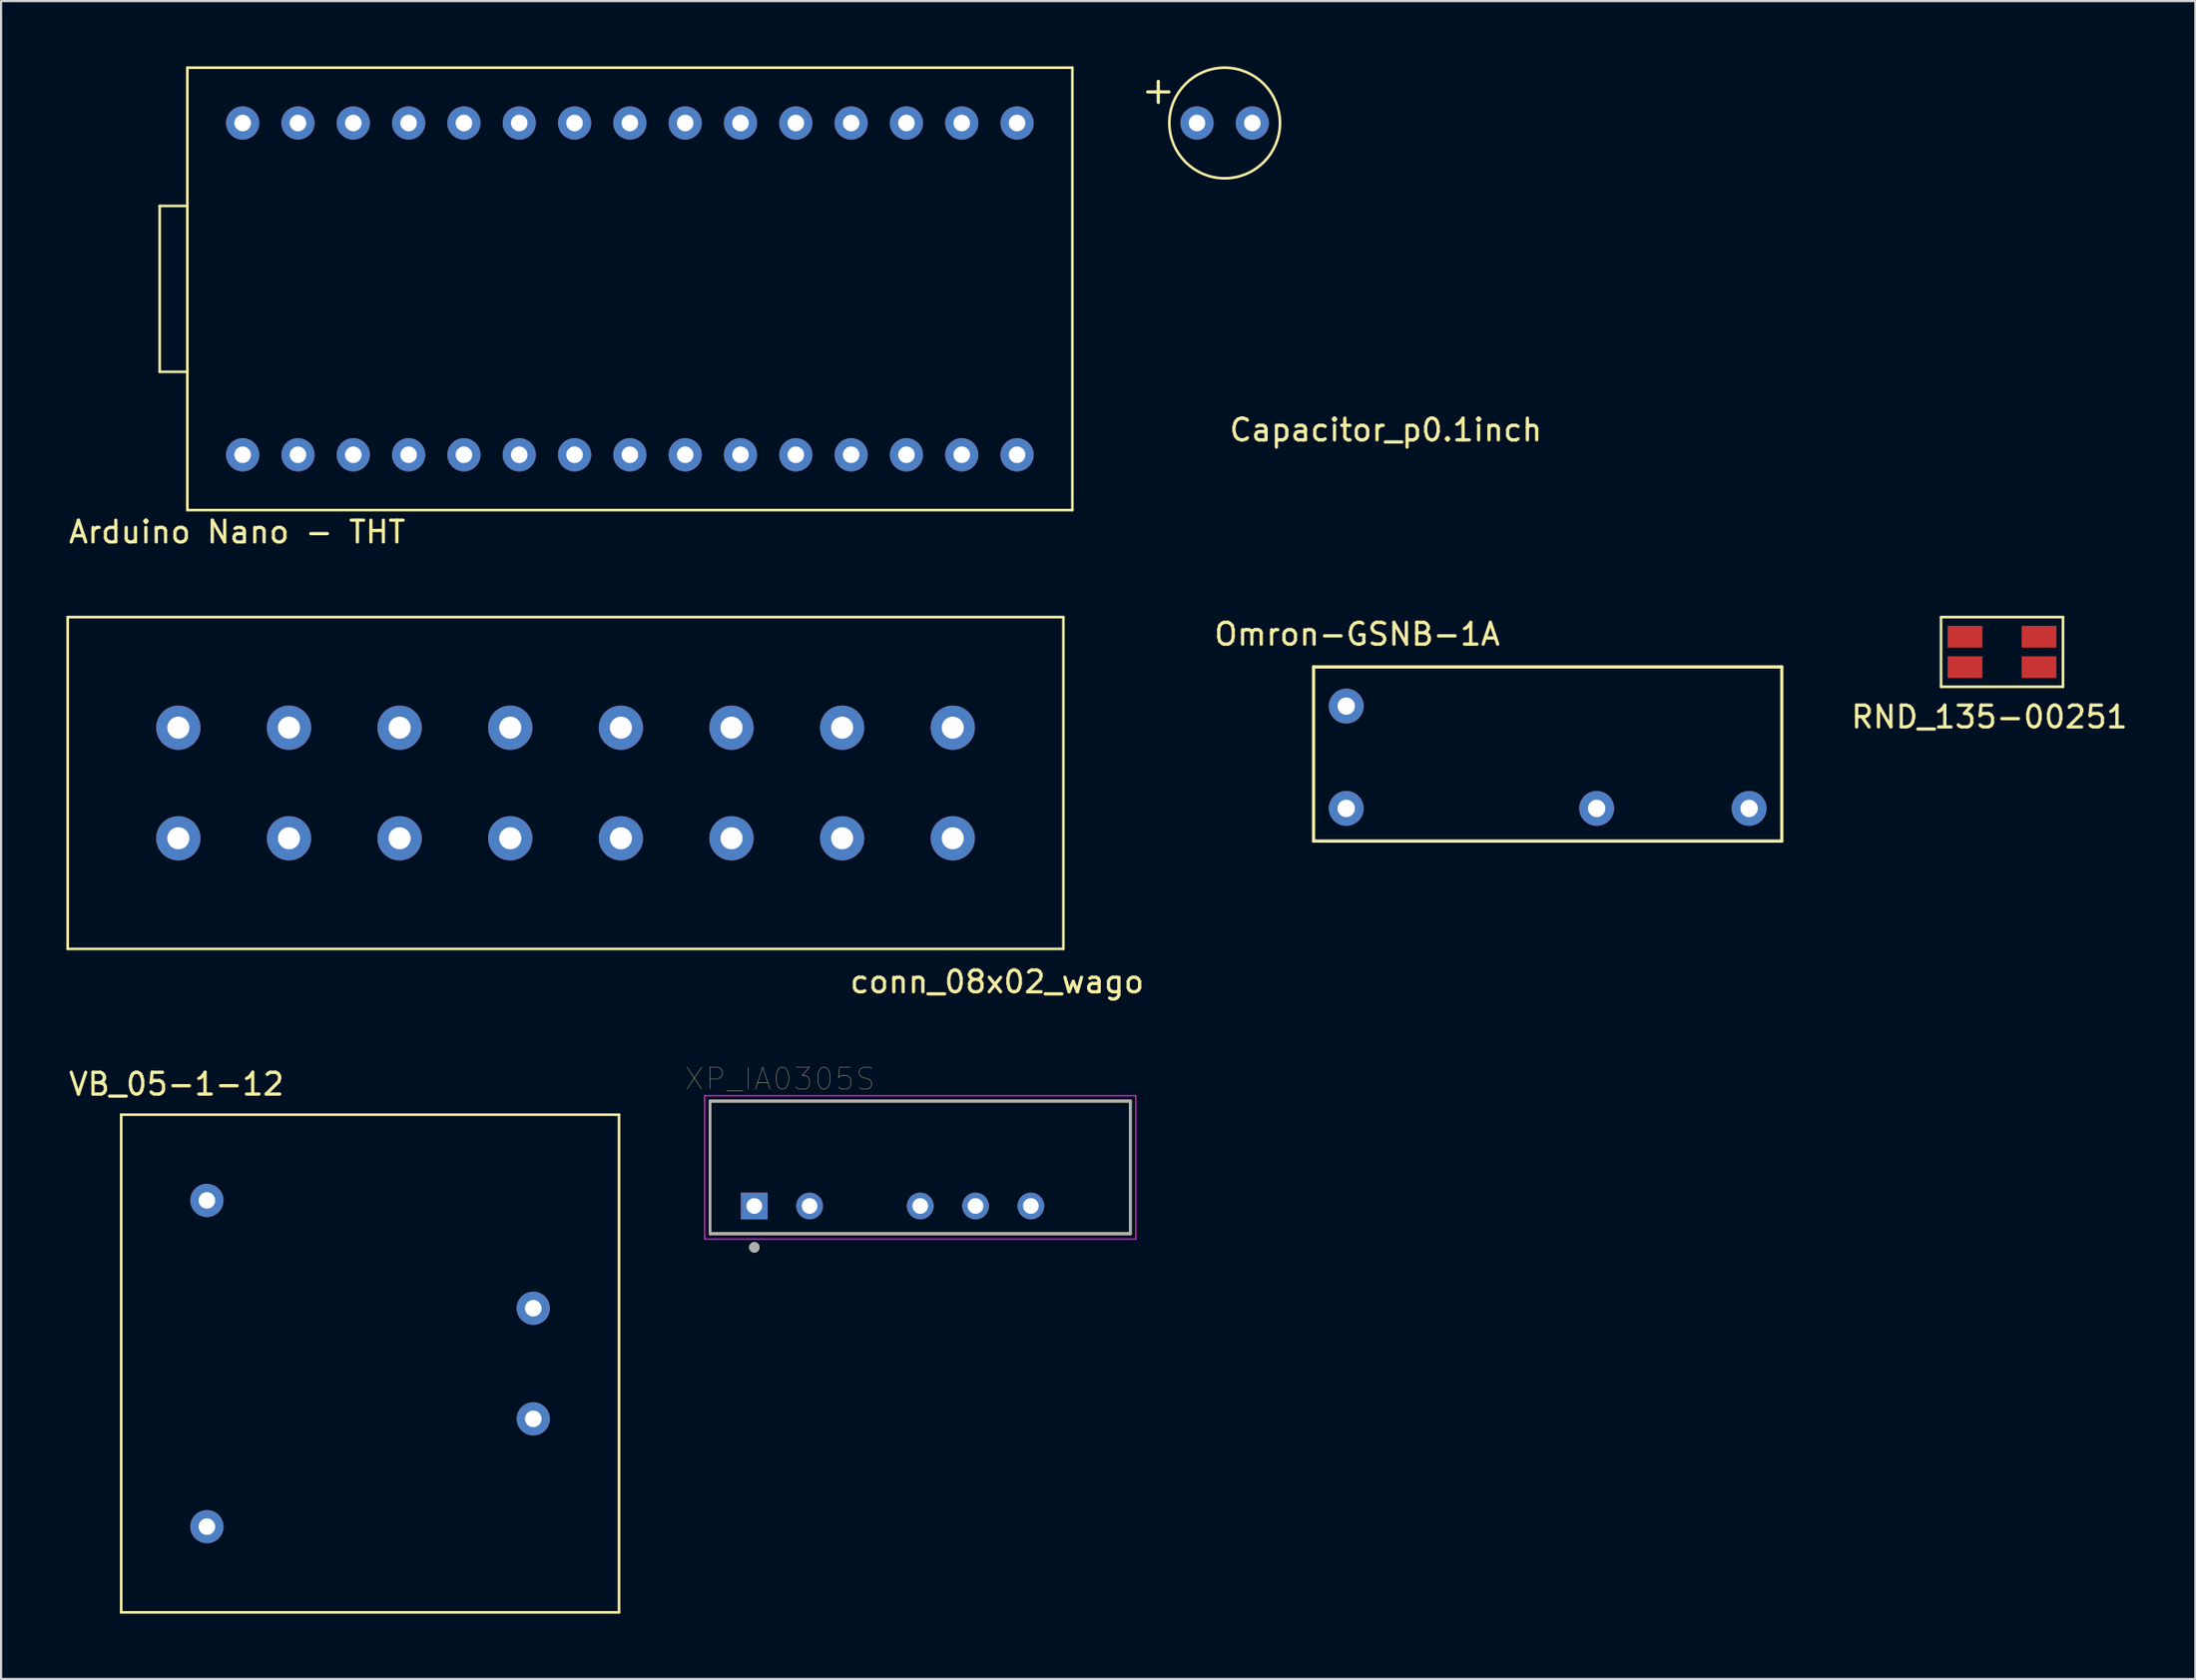
<source format=kicad_pcb>
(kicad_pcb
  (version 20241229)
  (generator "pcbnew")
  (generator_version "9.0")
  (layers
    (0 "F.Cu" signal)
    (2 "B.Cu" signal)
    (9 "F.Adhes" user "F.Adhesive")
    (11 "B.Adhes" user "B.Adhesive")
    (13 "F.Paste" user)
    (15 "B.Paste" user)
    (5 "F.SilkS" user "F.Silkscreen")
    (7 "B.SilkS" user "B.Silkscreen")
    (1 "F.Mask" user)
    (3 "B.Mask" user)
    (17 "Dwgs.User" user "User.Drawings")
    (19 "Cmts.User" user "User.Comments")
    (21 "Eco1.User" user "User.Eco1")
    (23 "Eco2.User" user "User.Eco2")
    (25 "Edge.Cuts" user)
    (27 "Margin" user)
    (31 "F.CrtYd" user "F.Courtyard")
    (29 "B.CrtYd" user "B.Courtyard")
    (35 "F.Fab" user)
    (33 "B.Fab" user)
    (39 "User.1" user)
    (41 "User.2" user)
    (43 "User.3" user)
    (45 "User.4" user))
  (footprint "VB_05-1-12"
    (layer "F.Cu")
    (at 13.944 59.584)
    (property "Reference" "VB_05-1-12" (at -8.89 -12.835 0) (layer "F.SilkS") (effects (font (size 1 1) (thickness 0.15))))
    (attr through_hole)
    (fp_line (start -11.43 -11.43) (end -11.43 11.43) (stroke (width 0.12) (type solid)) (layer "F.SilkS"))
    (fp_line (start -11.43 11.43) (end 11.43 11.43) (stroke (width 0.12) (type solid)) (layer "F.SilkS"))
    (fp_line (start 11.43 -11.43) (end -11.43 -11.43) (stroke (width 0.12) (type solid)) (layer "F.SilkS"))
    (fp_line (start 11.43 11.43) (end 11.43 -11.43) (stroke (width 0.12) (type solid)) (layer "F.SilkS"))
    (pad "1" thru_hole circle (at -7.493 -7.493) (size 1.524 1.524) (drill 0.762) (layers "*.Cu" "*.Mask"))
    (pad "2" thru_hole circle (at -7.493 7.493) (size 1.524 1.524) (drill 0.762) (layers "*.Cu" "*.Mask"))
    (pad "3" thru_hole circle (at 7.493 -2.54) (size 1.524 1.524) (drill 0.762) (layers "*.Cu" "*.Mask"))
    (pad "4" thru_hole circle (at 7.493 2.54) (size 1.524 1.524) (drill 0.762) (layers "*.Cu" "*.Mask")))
  (footprint "Capacitor_p0.1inch"
    (layer "F.Cu")
    (at 53.185 2.6)
    (property "Reference" "Capacitor_p0.1inch" (at 7.4 14.1 0) (layer "F.SilkS") (effects (font (size 1 1) (thickness 0.15))))
    (attr through_hole)
    (fp_circle (center 0 0) (end 2.54 0) (stroke (width 0.12) (type solid)) (fill no) (layer "F.SilkS"))
    (fp_text user "+" (at -3.048 -1.524 0) (layer "F.SilkS") (effects (font (size 1.27 1.27) (thickness 0.15))))
    (pad "1" thru_hole circle (at -1.27 0) (size 1.524 1.524) (drill 0.762) (layers "*.Cu" "*.Mask"))
    (pad "2" thru_hole circle (at 1.27 0) (size 1.524 1.524) (drill 0.762) (layers "*.Cu" "*.Mask")))
  (footprint "Omron-GSNB-1A"
    (layer "F.Cu")
    (at 58.768 34.084)
    (property "Reference" "Omron-GSNB-1A" (at 0.5 -8 0) (layer "F.SilkS") (effects (font (size 1 1) (thickness 0.15))))
    (attr through_hole)
    (fp_line (start -1.5 1.5) (end -1.5 -6.5) (stroke (width 0.15) (type solid)) (layer "F.SilkS"))
    (fp_line (start -1.5 1.5) (end 20 1.5) (stroke (width 0.15) (type solid)) (layer "F.SilkS"))
    (fp_line (start 20 -6.5) (end -1.5 -6.5) (stroke (width 0.15) (type solid)) (layer "F.SilkS"))
    (fp_line (start 20 1.5) (end 20 -6.5) (stroke (width 0.15) (type solid)) (layer "F.SilkS"))
    (pad "1" thru_hole circle (at 0 0) (size 1.6 1.6) (drill 0.8) (layers "*.Cu" "*.Mask"))
    (pad "2" thru_hole circle (at 11.5 0) (size 1.6 1.6) (drill 0.8) (layers "*.Cu" "*.Mask"))
    (pad "3" thru_hole circle (at 18.5 0) (size 1.6 1.6) (drill 0.8) (layers "*.Cu" "*.Mask"))
    (pad "4" thru_hole circle (at 0 -4.7) (size 1.6 1.6) (drill 0.8) (layers "*.Cu" "*.Mask")))
  (footprint "XP_IA0305S"
    (layer "F.Cu")
    (at 31.586 52.347)
    (property "Reference" "XP_IA0305S" (at 1.175 -5.835 0) (layer "F.SilkS") (effects (font (size 1 1) (thickness 0.015))))
    (attr through_hole)
    (fp_line (start -2.03 -4.817) (end 17.27 -4.817) (stroke (width 0.127) (type solid)) (layer "F.SilkS"))
    (fp_line (start -2.03 1.273) (end -2.03 -4.817) (stroke (width 0.127) (type solid)) (layer "F.SilkS"))
    (fp_line (start 17.27 -4.817) (end 17.27 1.273) (stroke (width 0.127) (type solid)) (layer "F.SilkS"))
    (fp_line (start 17.27 1.273) (end -2.03 1.273) (stroke (width 0.127) (type solid)) (layer "F.SilkS"))
    (fp_circle (center 0 1.9) (end 0.12 1.9) (stroke (width 0.24) (type solid)) (fill no) (layer "F.SilkS"))
    (fp_line (start -2.28 -5.067) (end 17.52 -5.067) (stroke (width 0.05) (type solid)) (layer "F.CrtYd"))
    (fp_line (start -2.28 1.523) (end -2.28 -5.067) (stroke (width 0.05) (type solid)) (layer "F.CrtYd"))
    (fp_line (start 17.52 -5.067) (end 17.52 1.523) (stroke (width 0.05) (type solid)) (layer "F.CrtYd"))
    (fp_line (start 17.52 1.523) (end -2.28 1.523) (stroke (width 0.05) (type solid)) (layer "F.CrtYd"))
    (fp_line (start -2.03 -4.817) (end 17.27 -4.817) (stroke (width 0.127) (type solid)) (layer "F.Fab"))
    (fp_line (start -2.03 1.273) (end -2.03 -4.817) (stroke (width 0.127) (type solid)) (layer "F.Fab"))
    (fp_line (start 17.27 -4.817) (end 17.27 1.273) (stroke (width 0.127) (type solid)) (layer "F.Fab"))
    (fp_line (start 17.27 1.273) (end -2.03 1.273) (stroke (width 0.127) (type solid)) (layer "F.Fab"))
    (fp_circle (center 0 1.9) (end 0.12 1.9) (stroke (width 0.24) (type solid)) (fill no) (layer "F.Fab"))
    (pad "1" thru_hole rect (at 0 0) (size 1.228 1.228) (drill 0.72) (layers "*.Cu" "*.Mask"))
    (pad "2" thru_hole circle (at 2.54 0) (size 1.228 1.228) (drill 0.72) (layers "*.Cu" "*.Mask"))
    (pad "4" thru_hole circle (at 7.62 0) (size 1.228 1.228) (drill 0.72) (layers "*.Cu" "*.Mask"))
    (pad "5" thru_hole circle (at 10.16 0) (size 1.228 1.228) (drill 0.72) (layers "*.Cu" "*.Mask"))
    (pad "6" thru_hole circle (at 12.7 0) (size 1.228 1.228) (drill 0.72) (layers "*.Cu" "*.Mask")))
  (footprint "Arduino Nano - THT"
    (layer "F.Cu")
    (at 25.873 10.22)
    (property "Reference" "Arduino Nano - THT" (at -18.034 11.168 0) (layer "F.SilkS") (effects (font (size 1 1) (thickness 0.15))))
    (attr through_hole)
    (fp_line (start -21.59 -3.81) (end -21.59 3.81) (stroke (width 0.12) (type solid)) (layer "F.SilkS"))
    (fp_line (start -21.59 3.81) (end -20.32 3.81) (stroke (width 0.12) (type solid)) (layer "F.SilkS"))
    (fp_line (start -20.32 -10.16) (end -20.32 10.16) (stroke (width 0.12) (type solid)) (layer "F.SilkS"))
    (fp_line (start -20.32 -3.81) (end -21.59 -3.81) (stroke (width 0.12) (type solid)) (layer "F.SilkS"))
    (fp_line (start -20.32 10.16) (end 20.32 10.16) (stroke (width 0.12) (type solid)) (layer "F.SilkS"))
    (fp_line (start 20.32 -10.16) (end -20.32 -10.16) (stroke (width 0.12) (type solid)) (layer "F.SilkS"))
    (fp_line (start 20.32 10.16) (end 20.32 -10.16) (stroke (width 0.12) (type solid)) (layer "F.SilkS"))
    (pad "1" thru_hole circle (at -17.78 7.62) (size 1.524 1.524) (drill 0.762) (layers "*.Cu" "*.Mask"))
    (pad "2" thru_hole circle (at -15.24 7.62) (size 1.524 1.524) (drill 0.762) (layers "*.Cu" "*.Mask"))
    (pad "3" thru_hole circle (at -12.7 7.62) (size 1.524 1.524) (drill 0.762) (layers "*.Cu" "*.Mask"))
    (pad "4" thru_hole circle (at -10.16 7.62) (size 1.524 1.524) (drill 0.762) (layers "*.Cu" "*.Mask"))
    (pad "5" thru_hole circle (at -7.62 7.62) (size 1.524 1.524) (drill 0.762) (layers "*.Cu" "*.Mask"))
    (pad "6" thru_hole circle (at -5.08 7.62) (size 1.524 1.524) (drill 0.762) (layers "*.Cu" "*.Mask"))
    (pad "7" thru_hole circle (at -2.54 7.62) (size 1.524 1.524) (drill 0.762) (layers "*.Cu" "*.Mask"))
    (pad "8" thru_hole circle (at 0 7.62) (size 1.524 1.524) (drill 0.762) (layers "*.Cu" "*.Mask"))
    (pad "9" thru_hole circle (at 2.54 7.62) (size 1.524 1.524) (drill 0.762) (layers "*.Cu" "*.Mask"))
    (pad "10" thru_hole circle (at 5.08 7.62) (size 1.524 1.524) (drill 0.762) (layers "*.Cu" "*.Mask"))
    (pad "11" thru_hole circle (at 7.62 7.62) (size 1.524 1.524) (drill 0.762) (layers "*.Cu" "*.Mask"))
    (pad "12" thru_hole circle (at 10.16 7.62) (size 1.524 1.524) (drill 0.762) (layers "*.Cu" "*.Mask"))
    (pad "13" thru_hole circle (at 12.7 7.62) (size 1.524 1.524) (drill 0.762) (layers "*.Cu" "*.Mask"))
    (pad "14" thru_hole circle (at 15.24 7.62) (size 1.524 1.524) (drill 0.762) (layers "*.Cu" "*.Mask"))
    (pad "15" thru_hole circle (at 17.78 7.62) (size 1.524 1.524) (drill 0.762) (layers "*.Cu" "*.Mask"))
    (pad "16" thru_hole circle (at 17.78 -7.62) (size 1.524 1.524) (drill 0.762) (layers "*.Cu" "*.Mask"))
    (pad "17" thru_hole circle (at 15.24 -7.62) (size 1.524 1.524) (drill 0.762) (layers "*.Cu" "*.Mask"))
    (pad "18" thru_hole circle (at 12.7 -7.62) (size 1.524 1.524) (drill 0.762) (layers "*.Cu" "*.Mask"))
    (pad "19" thru_hole circle (at 10.16 -7.62) (size 1.524 1.524) (drill 0.762) (layers "*.Cu" "*.Mask"))
    (pad "20" thru_hole circle (at 7.62 -7.62) (size 1.524 1.524) (drill 0.762) (layers "*.Cu" "*.Mask"))
    (pad "21" thru_hole circle (at 5.08 -7.62) (size 1.524 1.524) (drill 0.762) (layers "*.Cu" "*.Mask"))
    (pad "22" thru_hole circle (at 2.54 -7.62) (size 1.524 1.524) (drill 0.762) (layers "*.Cu" "*.Mask"))
    (pad "23" thru_hole circle (at 0 -7.62) (size 1.524 1.524) (drill 0.762) (layers "*.Cu" "*.Mask"))
    (pad "24" thru_hole circle (at -2.54 -7.62) (size 1.524 1.524) (drill 0.762) (layers "*.Cu" "*.Mask"))
    (pad "25" thru_hole circle (at -5.08 -7.62) (size 1.524 1.524) (drill 0.762) (layers "*.Cu" "*.Mask"))
    (pad "26" thru_hole circle (at -7.62 -7.62) (size 1.524 1.524) (drill 0.762) (layers "*.Cu" "*.Mask"))
    (pad "27" thru_hole circle (at -10.16 -7.62) (size 1.524 1.524) (drill 0.762) (layers "*.Cu" "*.Mask"))
    (pad "28" thru_hole circle (at -12.7 -7.62) (size 1.524 1.524) (drill 0.762) (layers "*.Cu" "*.Mask"))
    (pad "29" thru_hole circle (at -15.24 -7.62) (size 1.524 1.524) (drill 0.762) (layers "*.Cu" "*.Mask"))
    (pad "30" thru_hole circle (at -17.78 -7.62) (size 1.524 1.524) (drill 0.762) (layers "*.Cu" "*.Mask")))
  (footprint "conn_08x02_wago"
    (layer "F.Cu")
    (at 22.92 32.916)
    (property "Reference" "conn_08x02_wago" (at 19.812 9.136 0) (layer "F.SilkS") (effects (font (size 1 1) (thickness 0.15))))
    (attr through_hole)
    (fp_line (start -22.86 -7.62) (end -22.86 7.62) (stroke (width 0.12) (type solid)) (layer "F.SilkS"))
    (fp_line (start -22.86 7.62) (end 22.86 7.62) (stroke (width 0.12) (type solid)) (layer "F.SilkS"))
    (fp_line (start 22.86 -7.62) (end -22.86 -7.62) (stroke (width 0.12) (type solid)) (layer "F.SilkS"))
    (fp_line (start 22.86 7.62) (end 22.86 -7.62) (stroke (width 0.12) (type solid)) (layer "F.SilkS"))
    (pad "1" thru_hole circle (at -17.78 -2.54) (size 2.032 2.032) (drill 1.016) (layers "*.Cu" "*.Mask"))
    (pad "1" thru_hole circle (at -17.78 2.54) (size 2.032 2.032) (drill 1.016) (layers "*.Cu" "*.Mask"))
    (pad "2" thru_hole circle (at -12.7 -2.54) (size 2.032 2.032) (drill 1.016) (layers "*.Cu" "*.Mask"))
    (pad "2" thru_hole circle (at -12.7 2.54) (size 2.032 2.032) (drill 1.016) (layers "*.Cu" "*.Mask"))
    (pad "3" thru_hole circle (at -7.62 -2.54) (size 2.032 2.032) (drill 1.016) (layers "*.Cu" "*.Mask"))
    (pad "3" thru_hole circle (at -7.62 2.54) (size 2.032 2.032) (drill 1.016) (layers "*.Cu" "*.Mask"))
    (pad "4" thru_hole circle (at -2.54 -2.54) (size 2.032 2.032) (drill 1.016) (layers "*.Cu" "*.Mask"))
    (pad "4" thru_hole circle (at -2.54 2.54) (size 2.032 2.032) (drill 1.016) (layers "*.Cu" "*.Mask"))
    (pad "5" thru_hole circle (at 2.54 -2.54) (size 2.032 2.032) (drill 1.016) (layers "*.Cu" "*.Mask"))
    (pad "5" thru_hole circle (at 2.54 2.54) (size 2.032 2.032) (drill 1.016) (layers "*.Cu" "*.Mask"))
    (pad "6" thru_hole circle (at 7.62 -2.54) (size 2.032 2.032) (drill 1.016) (layers "*.Cu" "*.Mask"))
    (pad "6" thru_hole circle (at 7.62 2.54) (size 2.032 2.032) (drill 1.016) (layers "*.Cu" "*.Mask"))
    (pad "7" thru_hole circle (at 12.7 -2.54) (size 2.032 2.032) (drill 1.016) (layers "*.Cu" "*.Mask"))
    (pad "7" thru_hole circle (at 12.7 2.54) (size 2.032 2.032) (drill 1.016) (layers "*.Cu" "*.Mask"))
    (pad "8" thru_hole circle (at 17.78 -2.54) (size 2.032 2.032) (drill 1.016) (layers "*.Cu" "*.Mask"))
    (pad "8" thru_hole circle (at 17.78 2.54) (size 2.032 2.032) (drill 1.016) (layers "*.Cu" "*.Mask")))
  (footprint "RND_135-00251"
    (layer "F.Cu")
    (at 88.881 26.896)
    (property "Reference" "RND_135-00251" (at -0.58 2.99 0) (layer "F.SilkS") (effects (font (size 1 1) (thickness 0.15))))
    (attr through_hole)
    (fp_line (start -2.8 -1.6) (end -2.8 1.6) (stroke (width 0.12) (type solid)) (layer "F.SilkS"))
    (fp_line (start -2.8 1.6) (end 2.8 1.6) (stroke (width 0.12) (type solid)) (layer "F.SilkS"))
    (fp_line (start 2.8 -1.6) (end -2.8 -1.6) (stroke (width 0.12) (type solid)) (layer "F.SilkS"))
    (fp_line (start 2.8 1.6) (end 2.8 -1.6) (stroke (width 0.12) (type solid)) (layer "F.SilkS"))
    (pad "1" smd rect (at -1.7 -0.7) (size 1.6 1) (layers "F.Cu" "F.Mask" "F.Paste"))
    (pad "2" smd rect (at 1.7 -0.7) (size 1.6 1) (layers "F.Cu" "F.Mask" "F.Paste"))
    (pad "3" smd rect (at 1.7 0.7) (size 1.6 1) (layers "F.Cu" "F.Mask" "F.Paste"))
    (pad "4" smd rect (at -1.7 0.7) (size 1.6 1) (layers "F.Cu" "F.Mask" "F.Paste")))
  (gr_rect
    (start -3 -3)
    (end 97.759 74.074)
    (stroke (width 0.1) (type default))
    (fill no)
    (layer "Edge.Cuts")))
</source>
